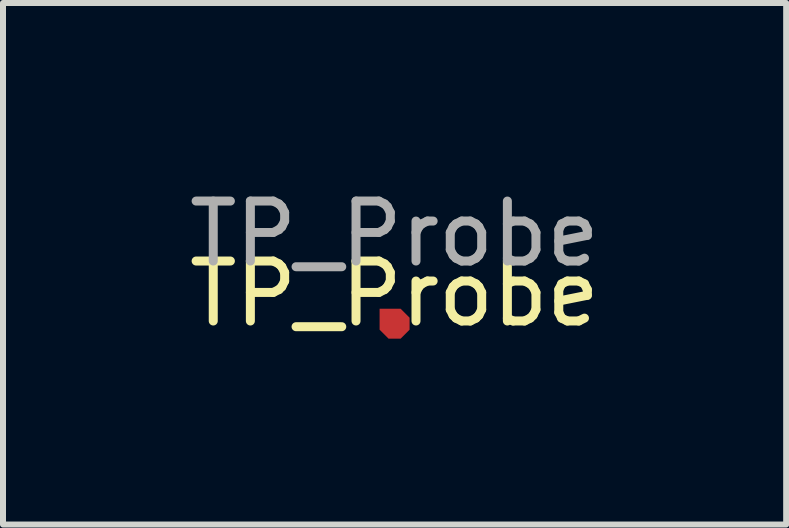
<source format=kicad_pcb>
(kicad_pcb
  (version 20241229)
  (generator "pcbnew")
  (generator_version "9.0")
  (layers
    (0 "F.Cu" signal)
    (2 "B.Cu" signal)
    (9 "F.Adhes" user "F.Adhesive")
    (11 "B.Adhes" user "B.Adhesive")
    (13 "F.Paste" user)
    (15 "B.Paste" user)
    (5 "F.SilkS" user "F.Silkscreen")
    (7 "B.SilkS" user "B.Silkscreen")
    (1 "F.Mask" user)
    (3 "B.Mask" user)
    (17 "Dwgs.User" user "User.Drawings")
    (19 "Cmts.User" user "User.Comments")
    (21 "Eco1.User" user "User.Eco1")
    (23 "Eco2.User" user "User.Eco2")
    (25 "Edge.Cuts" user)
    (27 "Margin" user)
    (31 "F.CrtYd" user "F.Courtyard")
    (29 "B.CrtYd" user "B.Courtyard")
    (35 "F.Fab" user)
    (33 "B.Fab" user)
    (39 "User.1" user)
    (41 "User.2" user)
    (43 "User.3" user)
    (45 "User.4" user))
  (footprint "TP_Probe"
    (layer "F.Cu")
    (at 3.53 2.348)
    (property "Reference" "TP_Probe" (at 0 -0.5 0) (unlocked yes) (layer "F.SilkS") (effects (font (size 1 1) (thickness 0.15))))
    (attr smd)
    (fp_text user "${REFERENCE}" (at 0 -1.5 0) (unlocked yes) (layer "F.Fab") (effects (font (size 1 1) (thickness 0.15))))
    (pad "1" smd roundrect (at 0 0) (size 0.5 0.5) (property pad_prop_testpoint) (layers "F.Cu" "F.Mask" "F.Paste") (roundrect_rratio 0) (chamfer_ratio 0.3) (chamfer top_right bottom_left bottom_right)))
  (gr_rect
    (start -3 -3)
    (end 10.06 5.697)
    (stroke (width 0.1) (type default))
    (fill no)
    (layer "Edge.Cuts")))
</source>
